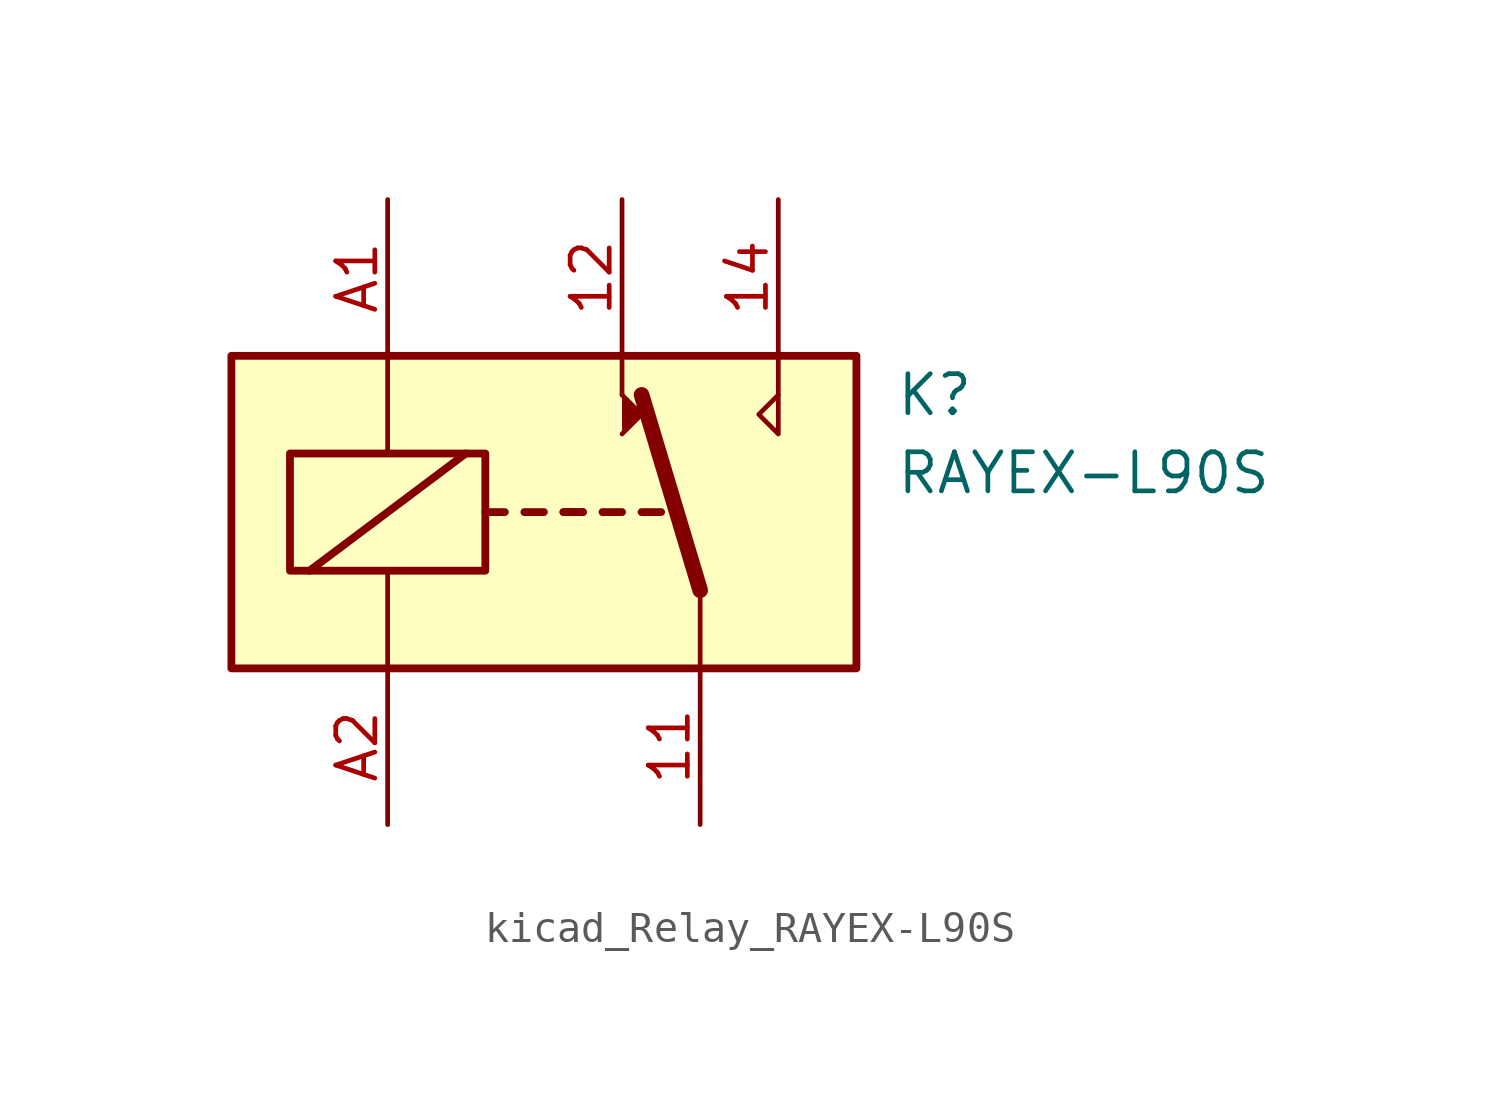
<source format=kicad_sym>
(kicad_symbol_lib
  (version 20220914)
  (generator kicad_symbol_editor)
  (symbol "kicad_Relay_RAYEX-L90S"
    (property "Reference" "K"
      (at 11.43 3.81 0)
      (effects (font (size 1.27 1.27)) (justify left)))
    (property "Value" "RAYEX-L90S"
      (at 11.43 1.27 0)
      (effects (font (size 1.27 1.27)) (justify left)))
    (symbol "kicad_Relay_RAYEX-L90S_1_0"
      (polyline (pts (xy 2.54 3.81) (xy 2.54 5.08)) (stroke (width 0) (type default)) (fill (type none)))
      (polyline (pts (xy 7.62 3.81) (xy 7.62 5.08)) (stroke (width 0) (type default)) (fill (type none)))
      (polyline (pts (xy 7.62 3.81) (xy 7.62 2.54) (xy 6.985 3.175) (xy 7.62 3.81)) (stroke (width 0) (type default)) (fill (type none))))
    (symbol "kicad_Relay_RAYEX-L90S_1_1"
      (rectangle (start -10.16 5.08) (end 10.16 -5.08) (stroke (width 0.254) (type default)) (fill (type background)))
      (rectangle (start -8.255 1.905) (end -1.905 -1.905) (stroke (width 0.254) (type default)) (fill (type none)))
      (polyline (pts (xy -7.62 -1.905) (xy -2.54 1.905)) (stroke (width 0.254) (type default)) (fill (type none)))
      (polyline (pts (xy -5.08 -5.08) (xy -5.08 -1.905)) (stroke (width 0) (type default)) (fill (type none)))
      (polyline (pts (xy -5.08 5.08) (xy -5.08 1.905)) (stroke (width 0) (type default)) (fill (type none)))
      (polyline (pts (xy -1.905 0) (xy -1.27 0)) (stroke (width 0.254) (type default)) (fill (type none)))
      (polyline (pts (xy -0.635 0) (xy 0 0)) (stroke (width 0.254) (type default)) (fill (type none)))
      (polyline (pts (xy 0.635 0) (xy 1.27 0)) (stroke (width 0.254) (type default)) (fill (type none)))
      (polyline (pts (xy 0.635 0) (xy 1.27 0)) (stroke (width 0.254) (type default)) (fill (type none)))
      (polyline (pts (xy 1.905 0) (xy 2.54 0)) (stroke (width 0.254) (type default)) (fill (type none)))
      (polyline (pts (xy 3.175 0) (xy 3.81 0)) (stroke (width 0.254) (type default)) (fill (type none)))
      (polyline (pts (xy 5.08 -2.54) (xy 3.175 3.81)) (stroke (width 0.508) (type default)) (fill (type none)))
      (polyline (pts (xy 5.08 -2.54) (xy 5.08 -5.08)) (stroke (width 0) (type default)) (fill (type none)))
      (polyline (pts (xy 2.54 2.54) (xy 3.175 3.175) (xy 2.54 3.81)) (stroke (width 0) (type default)) (fill (type outline)))
      (pin passive line (at 5.08 -10.16 90) (length 5.08) (name "~" (effects (font (size 1.27 1.27)))) (number "11" (effects (font (size 1.27 1.27)))))
      (pin passive line (at 2.54 10.16 270) (length 5.08) (name "~" (effects (font (size 1.27 1.27)))) (number "12" (effects (font (size 1.27 1.27)))))
      (pin passive line (at 7.62 10.16 270) (length 5.08) (name "~" (effects (font (size 1.27 1.27)))) (number "14" (effects (font (size 1.27 1.27)))))
      (pin passive line (at -5.08 10.16 270) (length 5.08) (name "~" (effects (font (size 1.27 1.27)))) (number "A1" (effects (font (size 1.27 1.27)))))
      (pin passive line (at -5.08 -10.16 90) (length 5.08) (name "~" (effects (font (size 1.27 1.27)))) (number "A2" (effects (font (size 1.27 1.27))))))))
</source>
